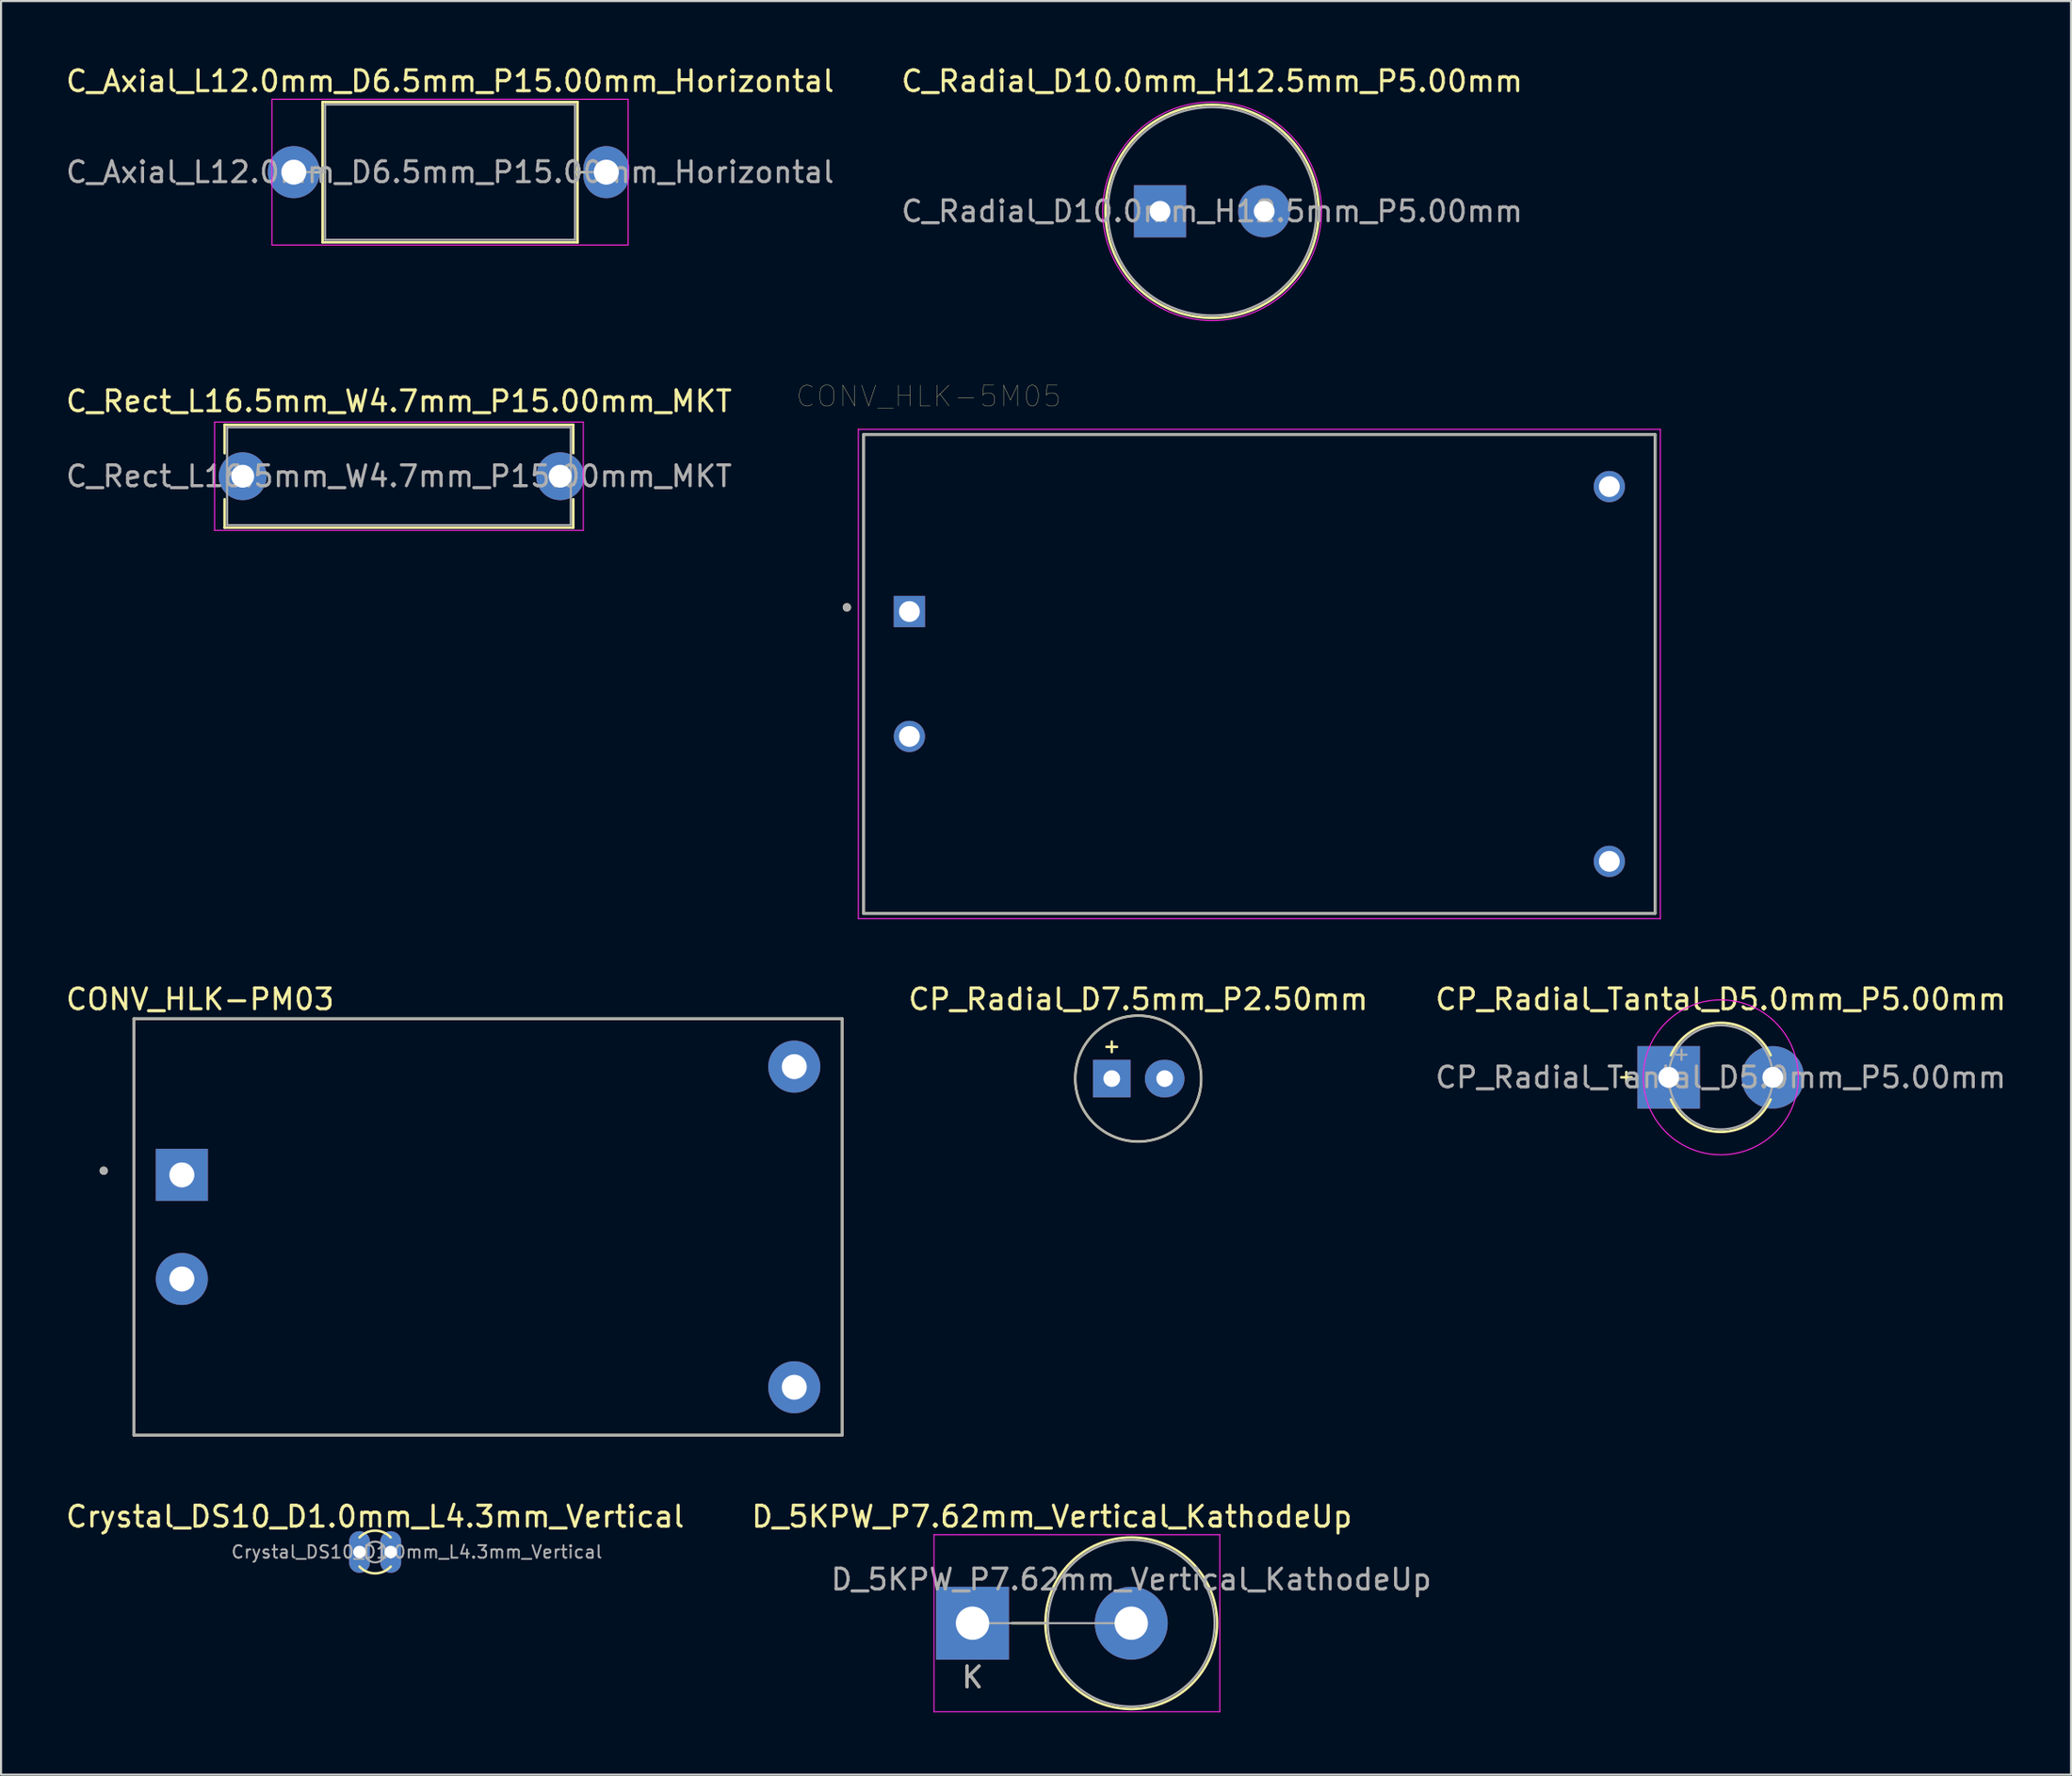
<source format=kicad_pcb>
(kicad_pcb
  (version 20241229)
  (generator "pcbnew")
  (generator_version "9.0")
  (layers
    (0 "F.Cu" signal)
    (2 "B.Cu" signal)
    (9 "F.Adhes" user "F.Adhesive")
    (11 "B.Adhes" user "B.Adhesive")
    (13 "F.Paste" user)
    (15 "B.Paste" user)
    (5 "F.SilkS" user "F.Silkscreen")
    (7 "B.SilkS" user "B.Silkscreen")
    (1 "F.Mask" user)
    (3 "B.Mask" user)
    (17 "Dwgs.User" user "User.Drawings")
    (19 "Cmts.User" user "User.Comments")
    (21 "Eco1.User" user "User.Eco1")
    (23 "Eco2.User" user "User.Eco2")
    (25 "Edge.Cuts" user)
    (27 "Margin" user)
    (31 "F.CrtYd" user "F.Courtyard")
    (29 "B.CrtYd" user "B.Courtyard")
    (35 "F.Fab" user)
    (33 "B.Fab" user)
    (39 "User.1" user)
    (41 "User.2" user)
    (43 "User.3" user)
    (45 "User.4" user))
  (footprint "C_Rect_L16.5mm_W4.7mm_P15.00mm_MKT"
    (layer "F.Cu")
    (at 8.601 19.822)
    (property "Reference" "C_Rect_L16.5mm_W4.7mm_P15.00mm_MKT" (at 7.5 -3.6 0) (layer "F.SilkS") (effects (font (size 1 1) (thickness 0.15))))
    (attr through_hole)
    (fp_line (start -0.87 -2.47) (end -0.87 -1.104) (stroke (width 0.12) (type solid)) (layer "F.SilkS"))
    (fp_line (start -0.87 -2.47) (end 15.87 -2.47) (stroke (width 0.12) (type solid)) (layer "F.SilkS"))
    (fp_line (start -0.87 1.104) (end -0.87 2.47) (stroke (width 0.12) (type solid)) (layer "F.SilkS"))
    (fp_line (start -0.87 2.47) (end 15.87 2.47) (stroke (width 0.12) (type solid)) (layer "F.SilkS"))
    (fp_line (start 15.87 -2.47) (end 15.87 -1.104) (stroke (width 0.12) (type solid)) (layer "F.SilkS"))
    (fp_line (start 15.87 1.104) (end 15.87 2.47) (stroke (width 0.12) (type solid)) (layer "F.SilkS"))
    (fp_line (start -1.35 -2.6) (end -1.35 2.6) (stroke (width 0.05) (type solid)) (layer "F.CrtYd"))
    (fp_line (start -1.35 2.6) (end 16.35 2.6) (stroke (width 0.05) (type solid)) (layer "F.CrtYd"))
    (fp_line (start 16.35 -2.6) (end -1.35 -2.6) (stroke (width 0.05) (type solid)) (layer "F.CrtYd"))
    (fp_line (start 16.35 2.6) (end 16.35 -2.6) (stroke (width 0.05) (type solid)) (layer "F.CrtYd"))
    (fp_line (start -0.75 -2.35) (end -0.75 2.35) (stroke (width 0.1) (type solid)) (layer "F.Fab"))
    (fp_line (start -0.75 2.35) (end 15.75 2.35) (stroke (width 0.1) (type solid)) (layer "F.Fab"))
    (fp_line (start 15.75 -2.35) (end -0.75 -2.35) (stroke (width 0.1) (type solid)) (layer "F.Fab"))
    (fp_line (start 15.75 2.35) (end 15.75 -2.35) (stroke (width 0.1) (type solid)) (layer "F.Fab"))
    (fp_text user "${REFERENCE}" (at 7.5 0 0) (layer "F.Fab") (effects (font (size 1 1) (thickness 0.15))))
    (pad "1" thru_hole circle (at 0 0) (size 2.3 2.3) (drill 1.1) (layers "*.Cu" "*.Mask"))
    (pad "2" thru_hole circle (at 15.24 0) (size 2.3 2.3) (drill 1.1) (layers "*.Cu" "*.Mask")))
  (footprint "D_5KPW_P7.62mm_Vertical_KathodeUp"
    (layer "F.Cu")
    (at 43.636 74.91)
    (property "Reference" "D_5KPW_P7.62mm_Vertical_KathodeUp" (at 3.81 -5.12 0) (layer "F.SilkS") (effects (font (size 1 1) (thickness 0.15))))
    (attr through_hole)
    (fp_line (start 3.5 0) (end 1.9 0) (stroke (width 0.12) (type solid)) (layer "F.SilkS"))
    (fp_circle (center 7.62 0) (end 11.74 0) (stroke (width 0.12) (type solid)) (fill no) (layer "F.SilkS"))
    (fp_line (start -1.85 -4.25) (end -1.85 4.25) (stroke (width 0.05) (type solid)) (layer "F.CrtYd"))
    (fp_line (start -1.85 4.25) (end 11.87 4.25) (stroke (width 0.05) (type solid)) (layer "F.CrtYd"))
    (fp_line (start 11.87 -4.25) (end -1.85 -4.25) (stroke (width 0.05) (type solid)) (layer "F.CrtYd"))
    (fp_line (start 11.87 4.25) (end 11.87 -4.25) (stroke (width 0.05) (type solid)) (layer "F.CrtYd"))
    (fp_line (start 0 0) (end 7.62 0) (stroke (width 0.1) (type solid)) (layer "F.Fab"))
    (fp_circle (center 7.62 0) (end 11.62 0) (stroke (width 0.1) (type solid)) (fill no) (layer "F.Fab"))
    (fp_text user "K" (at 0 2.6 0) (layer "F.SilkS") (effects (font (size 1 1) (thickness 0.15))))
    (fp_text user "K" (at 0 2.6 0) (layer "F.Fab") (effects (font (size 1 1) (thickness 0.15))))
    (fp_text user "${REFERENCE}" (at 7.62 -2.1 0) (layer "F.Fab") (effects (font (size 1 1) (thickness 0.15))))
    (pad "1" thru_hole rect (at 0 0) (size 3.5 3.5) (drill 1.6) (layers "*.Cu" "*.Mask"))
    (pad "2" thru_hole oval (at 7.62 0) (size 3.5 3.5) (drill 1.6) (layers "*.Cu" "*.Mask")))
  (footprint "CONV_HLK-5M05"
    (layer "F.Cu")
    (at 57.405 29.32)
    (property "Reference" "CONV_HLK-5M05" (at -15.875 -13.335 0) (layer "F.SilkS") (effects (font (size 1 1) (thickness 0.015))))
    (attr through_hole)
    (fp_line (start -19 -11.5) (end -19 11.5) (stroke (width 0.127) (type solid)) (layer "F.SilkS"))
    (fp_line (start -19 11.5) (end 19 11.5) (stroke (width 0.127) (type solid)) (layer "F.SilkS"))
    (fp_line (start 19 -11.5) (end -19 -11.5) (stroke (width 0.127) (type solid)) (layer "F.SilkS"))
    (fp_line (start 19 11.5) (end 19 -11.5) (stroke (width 0.127) (type solid)) (layer "F.SilkS"))
    (fp_circle (center -19.8 -3.2) (end -19.7 -3.2) (stroke (width 0.2) (type solid)) (fill no) (layer "F.SilkS"))
    (fp_line (start -19.25 -11.75) (end 19.25 -11.75) (stroke (width 0.05) (type solid)) (layer "F.CrtYd"))
    (fp_line (start -19.25 11.75) (end -19.25 -11.75) (stroke (width 0.05) (type solid)) (layer "F.CrtYd"))
    (fp_line (start 19.25 -11.75) (end 19.25 11.75) (stroke (width 0.05) (type solid)) (layer "F.CrtYd"))
    (fp_line (start 19.25 11.75) (end -19.25 11.75) (stroke (width 0.05) (type solid)) (layer "F.CrtYd"))
    (fp_line (start -19 -11.5) (end -19 11.5) (stroke (width 0.127) (type solid)) (layer "F.Fab"))
    (fp_line (start -19 11.5) (end 19 11.5) (stroke (width 0.127) (type solid)) (layer "F.Fab"))
    (fp_line (start 19 -11.5) (end -19 -11.5) (stroke (width 0.127) (type solid)) (layer "F.Fab"))
    (fp_line (start 19 11.5) (end 19 -11.5) (stroke (width 0.127) (type solid)) (layer "F.Fab"))
    (fp_circle (center -19.8 -3.2) (end -19.7 -3.2) (stroke (width 0.2) (type solid)) (fill no) (layer "F.Fab"))
    (pad "1" thru_hole rect (at -16.8 -3) (size 1.5 1.5) (drill 1) (layers "*.Cu" "*.Mask"))
    (pad "2" thru_hole circle (at -16.8 3) (size 1.5 1.5) (drill 1) (layers "*.Cu" "*.Mask"))
    (pad "3" thru_hole circle (at 16.8 -9) (size 1.5 1.5) (drill 1) (layers "*.Cu" "*.Mask"))
    (pad "4" thru_hole circle (at 16.8 9) (size 1.5 1.5) (drill 1) (layers "*.Cu" "*.Mask")))
  (footprint "C_Radial_D10.0mm_H12.5mm_P5.00mm"
    (layer "F.Cu")
    (at 52.637 7.098)
    (property "Reference" "C_Radial_D10.0mm_H12.5mm_P5.00mm" (at 2.5 -6.25 0) (layer "F.SilkS") (effects (font (size 1 1) (thickness 0.15))))
    (attr through_hole)
    (fp_circle (center 2.5 0) (end 7.62 0) (stroke (width 0.12) (type solid)) (fill no) (layer "F.SilkS"))
    (fp_circle (center 2.5 0) (end 7.75 0) (stroke (width 0.05) (type solid)) (fill no) (layer "F.CrtYd"))
    (fp_circle (center 2.5 0) (end 7.5 0) (stroke (width 0.1) (type solid)) (fill no) (layer "F.Fab"))
    (fp_text user "${REFERENCE}" (at 2.5 0 0) (layer "F.Fab") (effects (font (size 1 1) (thickness 0.15))))
    (pad "1" thru_hole rect (at 0 0) (size 2.5 2.5) (drill 1) (layers "*.Cu" "*.Mask"))
    (pad "2" thru_hole circle (at 5 0) (size 2.5 2.5) (drill 1) (layers "*.Cu" "*.Mask")))
  (footprint "CP_Radial_Tantal_D5.0mm_P5.00mm"
    (layer "F.Cu")
    (at 77.055 48.693)
    (property "Reference" "CP_Radial_Tantal_D5.0mm_P5.00mm" (at 2.5 -3.75 0) (layer "F.SilkS") (effects (font (size 1 1) (thickness 0.15))))
    (attr through_hole)
    (fp_line (start -2.278 0) (end -1.778 0) (stroke (width 0.12) (type solid)) (layer "F.SilkS"))
    (fp_line (start -2.032 -0.254) (end -2.032 0.246) (stroke (width 0.12) (type solid)) (layer "F.SilkS"))
    (fp_arc (start 0.104003 -1.06) (mid 2.5 -2.62) (end 4.895997 -1.06) (stroke (width 0.12) (type solid)) (layer "F.SilkS"))
    (fp_arc (start 4.895997 1.06) (mid 2.5 2.62) (end 0.104003 1.06) (stroke (width 0.12) (type solid)) (layer "F.SilkS"))
    (fp_circle (center 2.5 0) (end 6.22 0) (stroke (width 0.05) (type solid)) (fill no) (layer "F.CrtYd"))
    (fp_line (start 0.366 -1.087) (end 0.866 -1.087) (stroke (width 0.1) (type solid)) (layer "F.Fab"))
    (fp_line (start 0.616 -1.337) (end 0.616 -0.838) (stroke (width 0.1) (type solid)) (layer "F.Fab"))
    (fp_circle (center 2.5 0) (end 5 0) (stroke (width 0.1) (type solid)) (fill no) (layer "F.Fab"))
    (fp_text user "${REFERENCE}" (at 2.5 0 0) (layer "F.Fab") (effects (font (size 1 1) (thickness 0.15))))
    (pad "1" thru_hole rect (at 0 0) (size 3 3) (drill 1) (layers "*.Cu" "*.Mask"))
    (pad "2" thru_hole circle (at 5 0) (size 3 3) (drill 1) (layers "*.Cu" "*.Mask")))
  (footprint "C_Axial_L12.0mm_D6.5mm_P15.00mm_Horizontal"
    (layer "F.Cu")
    (at 11.054 5.218)
    (property "Reference" "C_Axial_L12.0mm_D6.5mm_P15.00mm_Horizontal" (at 7.5 -4.37 0) (layer "F.SilkS") (effects (font (size 1 1) (thickness 0.15))))
    (attr through_hole)
    (fp_line (start 1.04 0) (end 1.38 0) (stroke (width 0.12) (type solid)) (layer "F.SilkS"))
    (fp_line (start 1.38 -3.37) (end 1.38 3.37) (stroke (width 0.12) (type solid)) (layer "F.SilkS"))
    (fp_line (start 1.38 3.37) (end 13.62 3.37) (stroke (width 0.12) (type solid)) (layer "F.SilkS"))
    (fp_line (start 13.62 -3.37) (end 1.38 -3.37) (stroke (width 0.12) (type solid)) (layer "F.SilkS"))
    (fp_line (start 13.62 3.37) (end 13.62 -3.37) (stroke (width 0.12) (type solid)) (layer "F.SilkS"))
    (fp_line (start 13.96 0) (end 13.62 0) (stroke (width 0.12) (type solid)) (layer "F.SilkS"))
    (fp_line (start -1.05 -3.5) (end -1.05 3.5) (stroke (width 0.05) (type solid)) (layer "F.CrtYd"))
    (fp_line (start -1.05 3.5) (end 16.05 3.5) (stroke (width 0.05) (type solid)) (layer "F.CrtYd"))
    (fp_line (start 16.05 -3.5) (end -1.05 -3.5) (stroke (width 0.05) (type solid)) (layer "F.CrtYd"))
    (fp_line (start 16.05 3.5) (end 16.05 -3.5) (stroke (width 0.05) (type solid)) (layer "F.CrtYd"))
    (fp_line (start 0 0) (end 1.5 0) (stroke (width 0.1) (type solid)) (layer "F.Fab"))
    (fp_line (start 1.5 -3.25) (end 1.5 3.25) (stroke (width 0.1) (type solid)) (layer "F.Fab"))
    (fp_line (start 1.5 3.25) (end 13.5 3.25) (stroke (width 0.1) (type solid)) (layer "F.Fab"))
    (fp_line (start 13.5 -3.25) (end 1.5 -3.25) (stroke (width 0.1) (type solid)) (layer "F.Fab"))
    (fp_line (start 13.5 3.25) (end 13.5 -3.25) (stroke (width 0.1) (type solid)) (layer "F.Fab"))
    (fp_line (start 15 0) (end 13.5 0) (stroke (width 0.1) (type solid)) (layer "F.Fab"))
    (fp_text user "${REFERENCE}" (at 7.5 0 0) (layer "F.Fab") (effects (font (size 1 1) (thickness 0.15))))
    (pad "1" thru_hole circle (at 0 0) (size 2.5 2.5) (drill 1.2) (layers "*.Cu" "*.Mask"))
    (pad "2" thru_hole oval (at 15 0) (size 2.2 2.5) (drill 1.2) (layers "*.Cu" "*.Mask")))
  (footprint "Crystal_DS10_D1.0mm_L4.3mm_Vertical"
    (layer "F.Cu")
    (at 14.208 71.49)
    (property "Reference" "Crystal_DS10_D1.0mm_L4.3mm_Vertical" (at 0.75 -1.7 0) (layer "F.SilkS") (effects (font (size 1 1) (thickness 0.15))))
    (attr through_hole)
    (fp_arc (start 0 -0.7) (mid 0.749553 -1.025914) (end 1.49939 -0.700653) (stroke (width 0.12) (type solid)) (layer "F.SilkS"))
    (fp_arc (start 1.49939 0.700653) (mid 0.749553 1.025914) (end 0 0.7) (stroke (width 0.12) (type solid)) (layer "F.SilkS"))
    (fp_circle (center 0.75 0) (end 1.25 0) (stroke (width 0.1) (type solid)) (fill no) (layer "F.Fab"))
    (fp_text user "${REFERENCE}" (at 2.75 0 0) (layer "F.Fab") (effects (font (size 0.6 0.6) (thickness 0.09))))
    (pad "1" thru_hole oval (at 0 0) (size 1 2) (drill 0.6) (layers "*.Cu" "*.Mask"))
    (pad "2" thru_hole oval (at 1.5 0) (size 1 2) (drill 0.6) (layers "*.Cu" "*.Mask")))
  (footprint "CONV_HLK-PM03"
    (layer "F.Cu")
    (at 20.379 55.878)
    (property "Reference" "CONV_HLK-PM03" (at -13.825 -10.935 0) (layer "F.SilkS") (effects (font (size 1 1) (thickness 0.15))))
    (attr through_hole)
    (fp_line (start -17 -10) (end -17 10) (stroke (width 0.127) (type solid)) (layer "F.SilkS"))
    (fp_line (start -17 10) (end 17 10) (stroke (width 0.127) (type solid)) (layer "F.SilkS"))
    (fp_line (start 17 -10) (end -17 -10) (stroke (width 0.127) (type solid)) (layer "F.SilkS"))
    (fp_line (start 17 10) (end 17 -10) (stroke (width 0.127) (type solid)) (layer "F.SilkS"))
    (fp_circle (center -18.45 -2.7) (end -18.35 -2.7) (stroke (width 0.2) (type solid)) (fill no) (layer "F.SilkS"))
    (fp_line (start -17 -10) (end -17 10) (stroke (width 0.127) (type solid)) (layer "F.Fab"))
    (fp_line (start -17 10) (end 17 10) (stroke (width 0.127) (type solid)) (layer "F.Fab"))
    (fp_line (start 17 -10) (end -17 -10) (stroke (width 0.127) (type solid)) (layer "F.Fab"))
    (fp_line (start 17 10) (end 17 -10) (stroke (width 0.127) (type solid)) (layer "F.Fab"))
    (fp_circle (center -18.45 -2.7) (end -18.35 -2.7) (stroke (width 0.2) (type solid)) (fill no) (layer "F.Fab"))
    (pad "1" thru_hole rect (at -14.7 -2.5) (size 2.5 2.5) (drill 1.2) (layers "*.Cu" "*.Mask"))
    (pad "2" thru_hole circle (at -14.7 2.5) (size 2.5 2.5) (drill 1.2) (layers "*.Cu" "*.Mask"))
    (pad "3" thru_hole circle (at 14.7 -7.7) (size 2.5 2.5) (drill 1.2) (layers "*.Cu" "*.Mask"))
    (pad "4" thru_hole circle (at 14.7 7.7) (size 2.5 2.5) (drill 1.2) (layers "*.Cu" "*.Mask")))
  (footprint "CP_Radial_D7.5mm_P2.50mm"
    (layer "F.Cu")
    (at 51.591 48.753)
    (property "Reference" "CP_Radial_D7.5mm_P2.50mm" (at 0 -3.81 0) (layer "F.SilkS") (effects (font (size 1 1) (thickness 0.15))))
    (attr through_hole)
    (fp_line (start -1.524 -1.524) (end -1.016 -1.524) (stroke (width 0.12) (type solid)) (layer "F.SilkS"))
    (fp_line (start -1.27 -1.778) (end -1.27 -1.27) (stroke (width 0.12) (type solid)) (layer "F.SilkS"))
    (fp_circle (center 0 0) (end 3.023 0.051) (stroke (width 0.12) (type solid)) (fill no) (layer "F.SilkS"))
    (fp_circle (center 0 0) (end 3.023 0.025) (stroke (width 0.1) (type solid)) (fill no) (layer "F.Fab"))
    (pad "1" thru_hole rect (at -1.27 0) (size 1.8 1.8) (drill 0.8) (layers "*.Cu" "*.Mask"))
    (pad "2" thru_hole oval (at 1.27 0 90) (size 1.8 1.9) (drill 0.8) (layers "*.Cu" "*.Mask")))
  (gr_rect
    (start -3 -3)
    (end 96.371 82.185)
    (stroke (width 0.1) (type default))
    (fill no)
    (layer "Edge.Cuts")))
</source>
